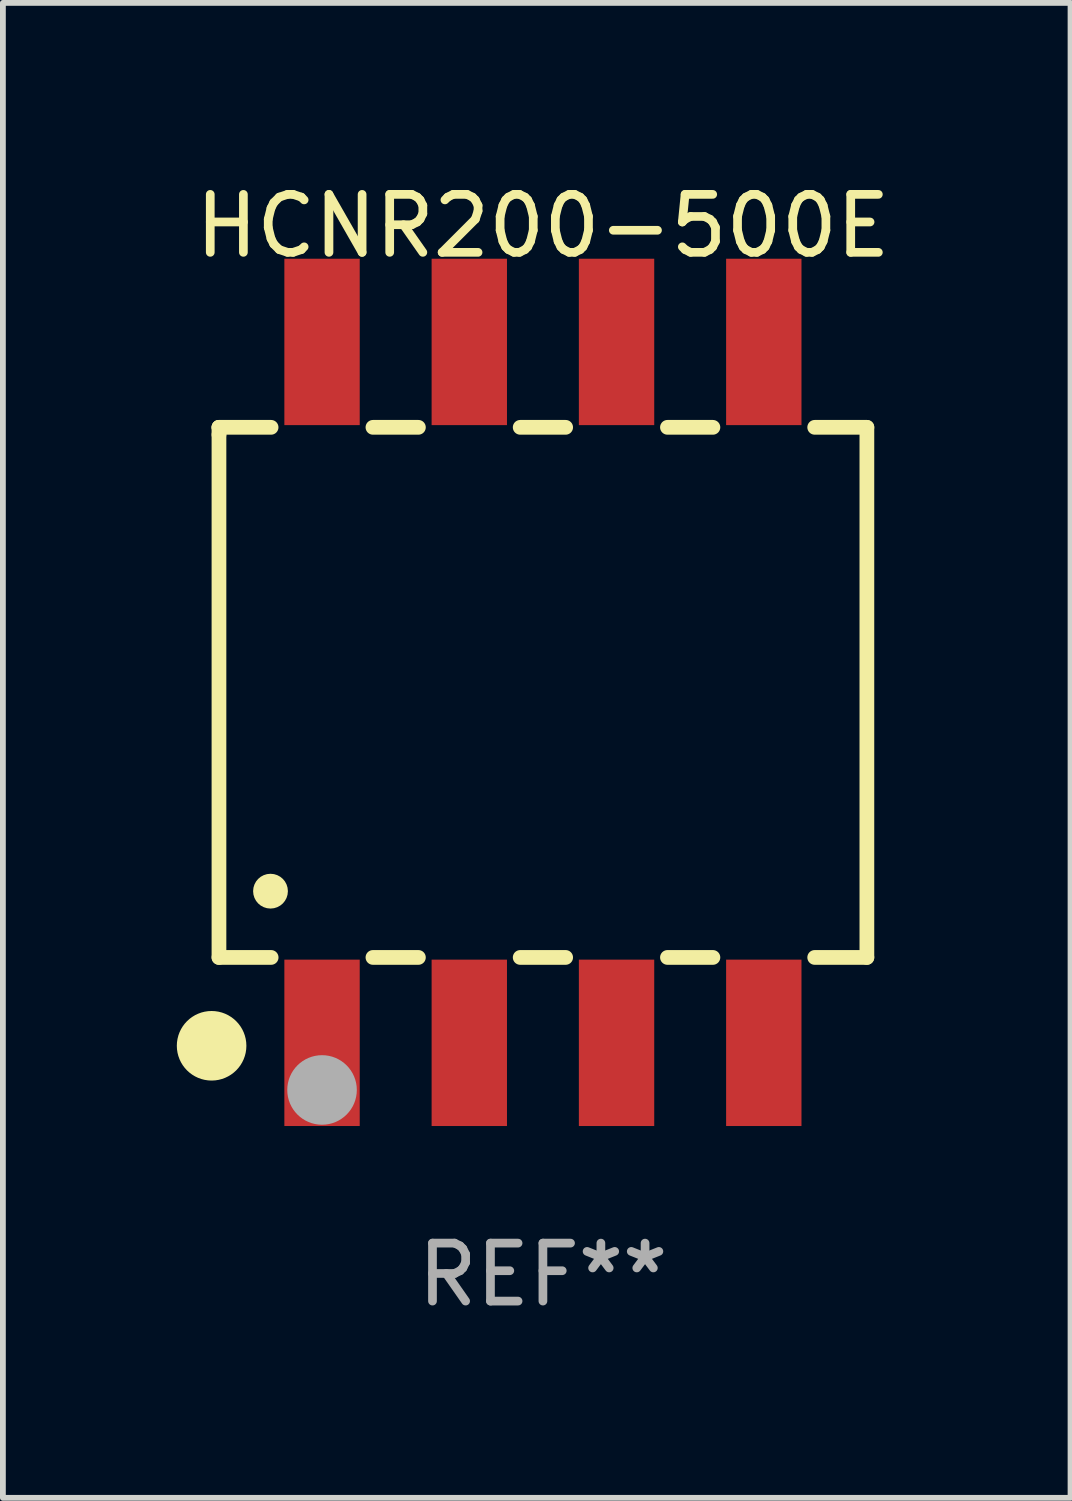
<source format=kicad_pcb>
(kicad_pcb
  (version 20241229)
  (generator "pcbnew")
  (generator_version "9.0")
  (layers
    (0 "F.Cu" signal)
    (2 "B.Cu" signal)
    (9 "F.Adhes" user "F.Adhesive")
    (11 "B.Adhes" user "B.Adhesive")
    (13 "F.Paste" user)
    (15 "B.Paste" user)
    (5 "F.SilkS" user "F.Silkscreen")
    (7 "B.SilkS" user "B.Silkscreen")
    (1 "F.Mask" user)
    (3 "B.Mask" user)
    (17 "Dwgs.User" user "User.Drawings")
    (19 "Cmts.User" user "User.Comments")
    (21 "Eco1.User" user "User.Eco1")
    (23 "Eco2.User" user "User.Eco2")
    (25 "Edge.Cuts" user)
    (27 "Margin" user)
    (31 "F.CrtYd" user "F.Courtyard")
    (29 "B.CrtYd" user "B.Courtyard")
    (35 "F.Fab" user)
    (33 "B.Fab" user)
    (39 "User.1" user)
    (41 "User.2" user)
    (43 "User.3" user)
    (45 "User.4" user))
  (footprint "HCNR200-500E"
    (layer "F.Cu")
    (at 6.315 8.893)
    (property "Reference" "HCNR200-500E" (at 0 -8.045 0) (layer "F.SilkS") (effects (font (size 1 1) (thickness 0.15))))
    (attr through_hole)
    (fp_line (start -5.588 -4.572) (end -5.588 -4.572) (stroke (width 0.254) (type solid)) (layer "F.SilkS"))
    (fp_line (start -5.588 -4.572) (end -5.588 -4.445) (stroke (width 0.254) (type solid)) (layer "F.SilkS"))
    (fp_line (start -5.588 -4.445) (end -5.588 4.572) (stroke (width 0.254) (type solid)) (layer "F.SilkS"))
    (fp_line (start -5.588 4.572) (end -4.688 4.572) (stroke (width 0.254) (type solid)) (layer "F.SilkS"))
    (fp_line (start -4.689 -4.572) (end -5.588 -4.572) (stroke (width 0.254) (type solid)) (layer "F.SilkS"))
    (fp_line (start -2.932 4.572) (end -2.148 4.572) (stroke (width 0.254) (type solid)) (layer "F.SilkS"))
    (fp_line (start -2.148 -4.572) (end -2.932 -4.572) (stroke (width 0.254) (type solid)) (layer "F.SilkS"))
    (fp_line (start -0.392 4.572) (end 0.392 4.572) (stroke (width 0.254) (type solid)) (layer "F.SilkS"))
    (fp_line (start 0.392 -4.572) (end -0.392 -4.572) (stroke (width 0.254) (type solid)) (layer "F.SilkS"))
    (fp_line (start 2.148 4.572) (end 2.932 4.572) (stroke (width 0.254) (type solid)) (layer "F.SilkS"))
    (fp_line (start 2.932 -4.572) (end 2.148 -4.572) (stroke (width 0.254) (type solid)) (layer "F.SilkS"))
    (fp_line (start 4.688 4.572) (end 5.588 4.572) (stroke (width 0.254) (type solid)) (layer "F.SilkS"))
    (fp_line (start 5.588 -4.572) (end 4.688 -4.572) (stroke (width 0.254) (type solid)) (layer "F.SilkS"))
    (fp_line (start 5.588 4.572) (end 5.588 -4.572) (stroke (width 0.254) (type solid)) (layer "F.SilkS"))
    (fp_circle (center -5.715 6.096) (end -5.415 6.096) (stroke (width 0.6) (type solid)) (fill no) (layer "F.SilkS"))
    (fp_circle (center -5.6 6.15) (end -5.57 6.15) (stroke (width 0.06) (type solid)) (fill no) (layer "F.SilkS"))
    (fp_circle (center -4.699 3.429) (end -4.549 3.429) (stroke (width 0.3) (type solid)) (fill no) (layer "F.SilkS"))
    (fp_circle (center -3.81 6.858) (end -3.51 6.858) (stroke (width 0.6) (type solid)) (fill no) (layer "F.Fab"))
    (fp_text user "REF**" (at 0 10.045 0) (layer "F.Fab") (effects (font (size 1 1) (thickness 0.15))))
    (pad "1" smd rect (at -3.81 6.045) (size 1.3 2.87) (layers "F.Cu" "F.Mask" "F.Paste"))
    (pad "2" smd rect (at -1.27 6.045) (size 1.3 2.87) (layers "F.Cu" "F.Mask" "F.Paste"))
    (pad "3" smd rect (at 1.27 6.045) (size 1.3 2.87) (layers "F.Cu" "F.Mask" "F.Paste"))
    (pad "4" smd rect (at 3.81 6.045) (size 1.3 2.87) (layers "F.Cu" "F.Mask" "F.Paste"))
    (pad "5" smd rect (at 3.81 -6.045) (size 1.3 2.87) (layers "F.Cu" "F.Mask" "F.Paste"))
    (pad "6" smd rect (at 1.27 -6.045) (size 1.3 2.87) (layers "F.Cu" "F.Mask" "F.Paste"))
    (pad "7" smd rect (at -1.27 -6.045) (size 1.3 2.87) (layers "F.Cu" "F.Mask" "F.Paste"))
    (pad "8" smd rect (at -3.81 -6.045) (size 1.3 2.87) (layers "F.Cu" "F.Mask" "F.Paste")))
  (gr_rect
    (start -3 -3)
    (end 15.416 22.787)
    (stroke (width 0.1) (type default))
    (fill no)
    (layer "Edge.Cuts")))
</source>
